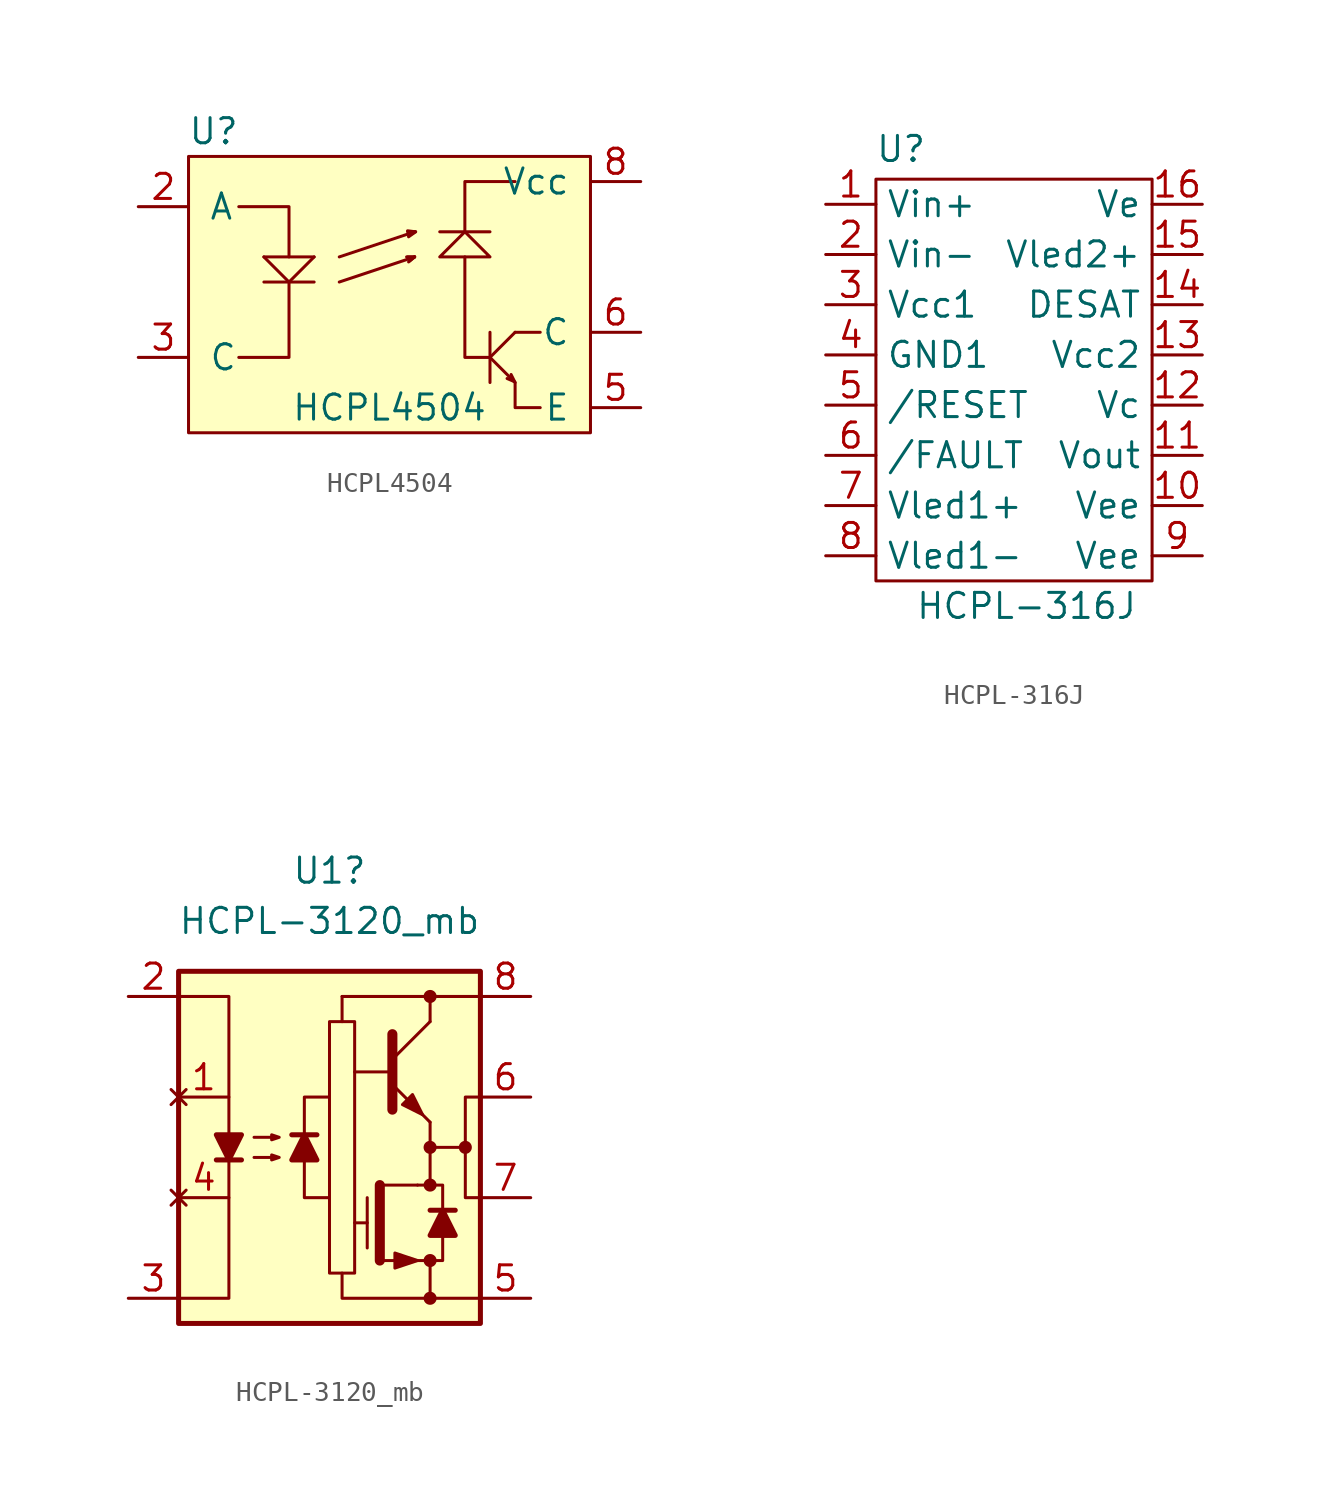
<source format=kicad_sym>
(kicad_symbol_lib
  (version 20241209)
  (generator "kicad_symbol_editor")
  (generator_version "9.0")
  (symbol "HCPL4504"
    (pin_names
      (offset 1.016))
    (property "Reference" "U"
      (at -11.43 8.89 0)
      (effects (font (size 1.27 1.27))))
    (property "Value" "HCPL4504"
      (at -2.54 -5.08 0)
      (effects (font (size 1.27 1.27))))
    (symbol "HCPL4504_0_1"
      (polyline (pts (xy -10.16 5.08) (xy -8.89 5.08) (xy -7.62 5.08) (xy -7.62 2.54) (xy -8.89 2.54)) (stroke (width 0) (type solid)) (fill (type none)))
      (polyline (pts (xy -10.16 -2.54) (xy -7.62 -2.54) (xy -7.62 1.27)) (stroke (width 0) (type solid)) (fill (type none)))
      (polyline (pts (xy -8.89 2.54) (xy -7.62 1.27)) (stroke (width 0) (type solid)) (fill (type none)))
      (polyline (pts (xy -8.89 1.27) (xy -6.35 1.27)) (stroke (width 0) (type solid)) (fill (type none)))
      (polyline (pts (xy -7.62 2.54) (xy -6.35 2.54)) (stroke (width 0) (type solid)) (fill (type none)))
      (polyline (pts (xy -6.35 2.54) (xy -7.62 1.27)) (stroke (width 0) (type solid)) (fill (type none)))
      (polyline (pts (xy -5.08 2.54) (xy -1.27 3.81)) (stroke (width 0) (type solid)) (fill (type none)))
      (polyline (pts (xy -5.08 1.27) (xy -1.27 2.54)) (stroke (width 0) (type solid)) (fill (type none)))
      (polyline (pts (xy -1.27 3.81) (xy -1.626 3.81)) (stroke (width 0) (type solid)) (fill (type none)))
      (polyline (pts (xy -1.27 3.81) (xy -1.575 3.607)) (stroke (width 0) (type solid)) (fill (type none)))
      (polyline (pts (xy -1.27 2.54) (xy -1.676 2.54)) (stroke (width 0) (type solid)) (fill (type none)))
      (polyline (pts (xy -1.27 2.54) (xy -1.626 2.54)) (stroke (width 0) (type solid)) (fill (type none)))
      (polyline (pts (xy -1.27 2.54) (xy -1.575 2.286)) (stroke (width 0) (type solid)) (fill (type none)))
      (polyline (pts (xy -1.27 2.54) (xy -1.524 2.337)) (stroke (width 0) (type solid)) (fill (type none)))
      (polyline (pts (xy -1.219 3.81) (xy -1.626 3.861)) (stroke (width 0) (type solid)) (fill (type none)))
      (polyline (pts (xy -1.219 3.81) (xy -1.575 3.556)) (stroke (width 0) (type solid)) (fill (type none)))
      (polyline (pts (xy 0 3.81) (xy 2.54 3.81)) (stroke (width 0) (type solid)) (fill (type none)))
      (polyline (pts (xy 1.27 3.81) (xy 1.27 6.35) (xy 3.81 6.35)) (stroke (width 0) (type solid)) (fill (type none)))
      (polyline (pts (xy 1.27 3.81) (xy 0 2.54) (xy 2.54 2.54) (xy 1.27 3.81)) (stroke (width 0) (type solid)) (fill (type none)))
      (polyline (pts (xy 2.54 -1.27) (xy 2.54 -3.81)) (stroke (width 0) (type solid)) (fill (type none)))
      (polyline (pts (xy 2.54 -2.54) (xy 1.27 -2.54) (xy 1.27 2.54)) (stroke (width 0) (type solid)) (fill (type none)))
      (polyline (pts (xy 3.759 -3.759) (xy 3.404 -3.607)) (stroke (width 0) (type solid)) (fill (type none)))
      (polyline (pts (xy 3.81 -1.27) (xy 5.08 -1.27)) (stroke (width 0) (type solid)) (fill (type none)))
      (polyline (pts (xy 3.81 -1.27) (xy 2.54 -2.54) (xy 3.81 -3.81) (xy 3.81 -5.08) (xy 5.08 -5.08)) (stroke (width 0) (type solid)) (fill (type none)))
      (polyline (pts (xy 3.81 -3.81) (xy 3.607 -3.404)) (stroke (width 0) (type solid)) (fill (type none)))
      (rectangle (start 7.62 7.62) (end -12.7 -6.35) (stroke (width 0) (type solid)) (fill (type background))))
    (symbol "HCPL4504_1_1"
      (pin input line (at -15.24 5.08 0) (length 2.54) (name "A" (effects (font (size 1.27 1.27)))) (number "2" (effects (font (size 1.27 1.27)))))
      (pin input line (at -15.24 -2.54 0) (length 2.54) (name "C" (effects (font (size 1.27 1.27)))) (number "3" (effects (font (size 1.27 1.27)))))
      (pin no_connect line (at -12.7 2.54 0) (length 2.54) (hide yes) (name "NC" (effects (font (size 1.27 1.27)))) (number "1" (effects (font (size 1.27 1.27)))))
      (pin no_connect line (at -12.7 0 0) (length 2.54) (hide yes) (name "NC" (effects (font (size 1.27 1.27)))) (number "4" (effects (font (size 1.27 1.27)))))
      (pin no_connect line (at 6.35 3.81 180) (length 2.54) (hide yes) (name "NC" (effects (font (size 1.27 1.27)))) (number "7" (effects (font (size 1.27 1.27)))))
      (pin power_in line (at 10.16 6.35 180) (length 2.54) (name "Vcc" (effects (font (size 1.27 1.27)))) (number "8" (effects (font (size 1.27 1.27)))))
      (pin open_collector line (at 10.16 -1.27 180) (length 2.54) (name "C" (effects (font (size 1.27 1.27)))) (number "6" (effects (font (size 1.27 1.27)))))
      (pin open_emitter line (at 10.16 -5.08 180) (length 2.54) (name "E" (effects (font (size 1.27 1.27)))) (number "5" (effects (font (size 1.27 1.27)))))))
  (symbol "HCPL-316J"
    (property "Reference" "U"
      (at -6.35 10.414 0)
      (effects (font (size 1.27 1.27))))
    (property "Value" "HCPL-316J"
      (at 0 -12.7 0)
      (effects (font (size 1.27 1.27))))
    (symbol "HCPL-316J_0_0"
      (pin input line (at -10.16 7.62 0) (length 2.54) (name "Vin+" (effects (font (size 1.27 1.27)))) (number "1" (effects (font (size 1.27 1.27)))))
      (pin input line (at -10.16 5.08 0) (length 2.54) (name "Vin-" (effects (font (size 1.27 1.27)))) (number "2" (effects (font (size 1.27 1.27)))))
      (pin power_in line (at -10.16 2.54 0) (length 2.54) (name "Vcc1" (effects (font (size 1.27 1.27)))) (number "3" (effects (font (size 1.27 1.27)))))
      (pin power_in line (at -10.16 0 0) (length 2.54) (name "GND1" (effects (font (size 1.27 1.27)))) (number "4" (effects (font (size 1.27 1.27)))))
      (pin output line (at -10.16 -2.54 0) (length 2.54) (name "/RESET" (effects (font (size 1.27 1.27)))) (number "5" (effects (font (size 1.27 1.27)))))
      (pin output line (at -10.16 -5.08 0) (length 2.54) (name "/FAULT" (effects (font (size 1.27 1.27)))) (number "6" (effects (font (size 1.27 1.27)))))
      (pin input line (at -10.16 -7.62 0) (length 2.54) (name "Vled1+" (effects (font (size 1.27 1.27)))) (number "7" (effects (font (size 1.27 1.27)))))
      (pin input line (at -10.16 -10.16 0) (length 2.54) (name "Vled1-" (effects (font (size 1.27 1.27)))) (number "8" (effects (font (size 1.27 1.27)))))
      (pin power_in line (at 8.89 7.62 180) (length 2.54) (name "Ve" (effects (font (size 1.27 1.27)))) (number "16" (effects (font (size 1.27 1.27)))))
      (pin input line (at 8.89 5.08 180) (length 2.54) (name "Vled2+" (effects (font (size 1.27 1.27)))) (number "15" (effects (font (size 1.27 1.27)))))
      (pin bidirectional line (at 8.89 2.54 180) (length 2.54) (name "DESAT" (effects (font (size 1.27 1.27)))) (number "14" (effects (font (size 1.27 1.27)))))
      (pin power_in line (at 8.89 0 180) (length 2.54) (name "Vcc2" (effects (font (size 1.27 1.27)))) (number "13" (effects (font (size 1.27 1.27)))))
      (pin power_in line (at 8.89 -2.54 180) (length 2.54) (name "Vc" (effects (font (size 1.27 1.27)))) (number "12" (effects (font (size 1.27 1.27)))))
      (pin output line (at 8.89 -5.08 180) (length 2.54) (name "Vout" (effects (font (size 1.27 1.27)))) (number "11" (effects (font (size 1.27 1.27)))))
      (pin power_in line (at 8.89 -7.62 180) (length 2.54) (name "Vee" (effects (font (size 1.27 1.27)))) (number "10" (effects (font (size 1.27 1.27)))))
      (pin power_in line (at 8.89 -10.16 180) (length 2.54) (name "Vee" (effects (font (size 1.27 1.27)))) (number "9" (effects (font (size 1.27 1.27))))))
    (symbol "HCPL-316J_0_1"
      (rectangle (start -7.62 8.89) (end 6.35 -11.43) (stroke (width 0) (type default)) (fill (type none)))))
  (symbol "HCPL-3120_mb"
    (pin_names
      (hide yes))
    (property "Reference" "U1"
      (at 0 13.97 0)
      (effects (font (size 1.27 1.27))))
    (property "Value" "HCPL-3120_mb"
      (at 0 11.43 0)
      (effects (font (size 1.27 1.27))))
    (symbol "HCPL-3120_mb_0_1"
      (rectangle (start -7.62 8.89) (end 7.62 -8.89) (stroke (width 0.254) (type default)) (fill (type background)))
      (polyline (pts (xy -7.62 7.62) (xy -5.08 7.62) (xy -5.08 -7.62) (xy -7.62 -7.62)) (stroke (width 0) (type default)) (fill (type none)))
      (polyline (pts (xy -5.715 -0.635) (xy -4.445 -0.635)) (stroke (width 0.254) (type default)) (fill (type none)))
      (polyline (pts (xy -5.08 -0.635) (xy -5.715 0.635) (xy -4.445 0.635) (xy -5.08 -0.635)) (stroke (width 0.254) (type default)) (fill (type outline)))
      (polyline (pts (xy -3.81 0.508) (xy -2.54 0.508) (xy -2.921 0.381) (xy -2.921 0.635) (xy -2.54 0.508)) (stroke (width 0) (type default)) (fill (type none)))
      (polyline (pts (xy -3.81 -0.508) (xy -2.54 -0.508) (xy -2.921 -0.635) (xy -2.921 -0.381) (xy -2.54 -0.508)) (stroke (width 0) (type default)) (fill (type none)))
      (polyline (pts (xy -1.27 0.635) (xy -1.27 2.54) (xy 0 2.54)) (stroke (width 0) (type default)) (fill (type none)))
      (polyline (pts (xy -1.27 0.635) (xy -0.635 -0.635) (xy -1.905 -0.635) (xy -1.27 0.635)) (stroke (width 0.254) (type default)) (fill (type outline)))
      (polyline (pts (xy -1.27 -0.635) (xy -1.27 -2.54) (xy 0 -2.54)) (stroke (width 0) (type default)) (fill (type none)))
      (polyline (pts (xy -0.635 0.635) (xy -1.905 0.635)) (stroke (width 0.254) (type default)) (fill (type none)))
      (rectangle (start 0.635 6.35) (end 0.635 7.62) (stroke (width 0) (type default)) (fill (type none)))
      (rectangle (start 0.635 6.35) (end 0.635 6.35) (stroke (width 0) (type default)) (fill (type none)))
      (polyline (pts (xy 0.635 -6.35) (xy 0.635 -7.62) (xy 7.62 -7.62)) (stroke (width 0) (type default)) (fill (type none)))
      (polyline (pts (xy 1.27 6.35) (xy 1.27 -6.35) (xy 0 -6.35) (xy 0 6.35) (xy 1.27 6.35)) (stroke (width 0) (type default)) (fill (type none)))
      (polyline (pts (xy 1.27 -3.81) (xy 1.905 -3.81)) (stroke (width 0) (type default)) (fill (type none)))
      (polyline (pts (xy 1.905 -5.08) (xy 1.905 -2.54)) (stroke (width 0) (type default)) (fill (type none)))
      (polyline (pts (xy 2.54 -5.715) (xy 2.54 -1.905)) (stroke (width 0.508) (type default)) (fill (type none)))
      (polyline (pts (xy 3.048 3.81) (xy 1.27 3.81)) (stroke (width 0) (type default)) (fill (type none)))
      (polyline (pts (xy 3.175 5.715) (xy 3.175 1.905) (xy 3.175 1.905)) (stroke (width 0.508) (type default)) (fill (type none)))
      (polyline (pts (xy 3.175 4.445) (xy 5.08 6.35)) (stroke (width 0) (type default)) (fill (type none)))
      (polyline (pts (xy 3.683 2.159) (xy 4.191 2.667) (xy 4.699 1.651) (xy 3.683 2.159) (xy 3.683 2.159)) (stroke (width 0) (type default)) (fill (type outline)))
      (polyline (pts (xy 4.445 -1.905) (xy 2.54 -1.905)) (stroke (width 0) (type default)) (fill (type none)))
      (polyline (pts (xy 4.445 -1.905) (xy 5.715 -1.905) (xy 5.715 -3.175)) (stroke (width 0) (type default)) (fill (type none)))
      (polyline (pts (xy 4.445 -5.715) (xy 3.302 -5.334) (xy 3.302 -6.096) (xy 4.445 -5.715)) (stroke (width 0) (type default)) (fill (type outline)))
      (circle (center 5.08 7.62) (radius 0.254) (stroke (width 0) (type default)) (fill (type outline)))
      (polyline (pts (xy 5.08 6.35) (xy 5.08 7.62)) (stroke (width 0) (type default)) (fill (type none)))
      (polyline (pts (xy 5.08 1.27) (xy 3.175 3.175)) (stroke (width 0) (type default)) (fill (type outline)))
      (polyline (pts (xy 5.08 1.27) (xy 5.08 -1.905)) (stroke (width 0) (type default)) (fill (type none)))
      (polyline (pts (xy 5.08 0) (xy 6.858 0)) (stroke (width 0) (type default)) (fill (type none)))
      (circle (center 5.08 0) (radius 0.254) (stroke (width 0) (type default)) (fill (type outline)))
      (circle (center 5.08 -1.905) (radius 0.254) (stroke (width 0) (type default)) (fill (type outline)))
      (polyline (pts (xy 5.08 -5.715) (xy 5.08 -7.62)) (stroke (width 0) (type default)) (fill (type none)))
      (circle (center 5.08 -5.715) (radius 0.254) (stroke (width 0) (type default)) (fill (type outline)))
      (circle (center 5.08 -7.62) (radius 0.254) (stroke (width 0) (type default)) (fill (type outline)))
      (polyline (pts (xy 5.715 -3.175) (xy 6.35 -4.445) (xy 5.08 -4.445) (xy 5.715 -3.175)) (stroke (width 0.254) (type default)) (fill (type outline)))
      (polyline (pts (xy 5.715 -4.445) (xy 5.715 -5.715) (xy 2.54 -5.715)) (stroke (width 0) (type default)) (fill (type none)))
      (polyline (pts (xy 6.35 -3.175) (xy 5.08 -3.175)) (stroke (width 0.254) (type default)) (fill (type none)))
      (circle (center 6.858 0) (radius 0.254) (stroke (width 0) (type default)) (fill (type outline)))
      (polyline (pts (xy 7.62 7.62) (xy 0.635 7.62)) (stroke (width 0) (type default)) (fill (type none)))
      (polyline (pts (xy 7.62 2.54) (xy 6.858 2.54) (xy 6.858 -2.54) (xy 7.62 -2.54)) (stroke (width 0) (type default)) (fill (type none))))
    (symbol "HCPL-3120_mb_1_1"
      (pin passive line (at -10.16 7.62 0) (length 2.54) (name "A" (effects (font (size 1.27 1.27)))) (number "2" (effects (font (size 1.27 1.27)))))
      (pin passive line (at -10.16 -7.62 0) (length 2.54) (name "C" (effects (font (size 1.27 1.27)))) (number "3" (effects (font (size 1.27 1.27)))))
      (pin no_connect line (at -7.62 2.54 0) (length 2.54) (name "NC" (effects (font (size 1.27 1.27)))) (number "1" (effects (font (size 1.27 1.27)))))
      (pin no_connect line (at -7.62 -2.54 0) (length 2.54) (name "NC" (effects (font (size 1.27 1.27)))) (number "4" (effects (font (size 1.27 1.27)))))
      (pin power_in line (at 10.16 7.62 180) (length 2.54) (name "VCC" (effects (font (size 1.27 1.27)))) (number "8" (effects (font (size 1.27 1.27)))))
      (pin output line (at 10.16 2.54 180) (length 2.54) (name "VO" (effects (font (size 1.27 1.27)))) (number "6" (effects (font (size 1.27 1.27)))))
      (pin output line (at 10.16 -2.54 180) (length 2.54) (name "VO" (effects (font (size 1.27 1.27)))) (number "7" (effects (font (size 1.27 1.27)))))
      (pin power_out line (at 10.16 -7.62 180) (length 2.54) (name "VEE" (effects (font (size 1.27 1.27)))) (number "5" (effects (font (size 1.27 1.27))))))))
</source>
